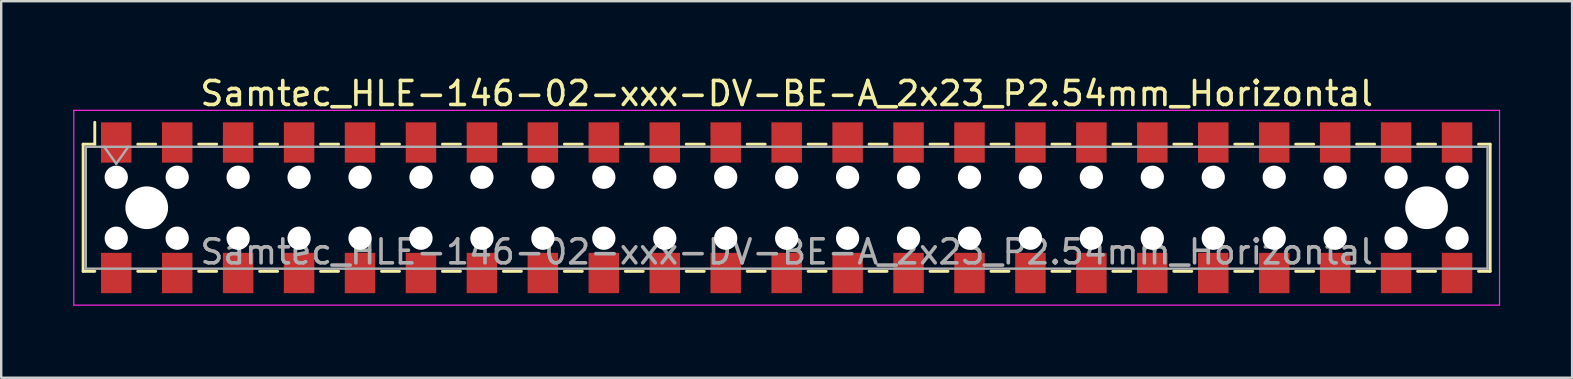
<source format=kicad_pcb>
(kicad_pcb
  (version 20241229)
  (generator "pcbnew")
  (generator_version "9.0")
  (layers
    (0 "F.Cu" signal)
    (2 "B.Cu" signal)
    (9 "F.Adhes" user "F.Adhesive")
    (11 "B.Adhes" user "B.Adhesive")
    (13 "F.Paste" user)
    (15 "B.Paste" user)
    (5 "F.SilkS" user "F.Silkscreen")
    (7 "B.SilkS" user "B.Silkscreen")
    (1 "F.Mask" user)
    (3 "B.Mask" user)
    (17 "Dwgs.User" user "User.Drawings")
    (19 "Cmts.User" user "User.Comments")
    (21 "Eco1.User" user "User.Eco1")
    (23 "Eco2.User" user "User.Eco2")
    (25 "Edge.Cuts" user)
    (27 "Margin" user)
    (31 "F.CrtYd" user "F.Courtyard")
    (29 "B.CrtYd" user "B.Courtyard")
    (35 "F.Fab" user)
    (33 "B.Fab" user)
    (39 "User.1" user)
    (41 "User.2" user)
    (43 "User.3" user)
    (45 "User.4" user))
  (footprint "Samtec_HLE-146-02-xxx-DV-BE-A_2x23_P2.54mm_Horizontal"
    (layer "F.Cu")
    (at 29.735 5.608)
    (property "Reference" "Samtec_HLE-146-02-xxx-DV-BE-A_2x23_P2.54mm_Horizontal" (at 0 -4.76 0) (layer "F.SilkS") (effects (font (size 1 1) (thickness 0.15))))
    (attr smd)
    (fp_line (start -29.32 -2.65) (end -29.32 2.65) (stroke (width 0.12) (type solid)) (layer "F.SilkS"))
    (fp_line (start -29.32 2.65) (end -28.835 2.65) (stroke (width 0.12) (type solid)) (layer "F.SilkS"))
    (fp_line (start -28.835 -3.56) (end -28.835 -2.65) (stroke (width 0.12) (type solid)) (layer "F.SilkS"))
    (fp_line (start -28.835 -2.65) (end -29.32 -2.65) (stroke (width 0.12) (type solid)) (layer "F.SilkS"))
    (fp_line (start -27.045 -2.65) (end -26.295 -2.65) (stroke (width 0.12) (type solid)) (layer "F.SilkS"))
    (fp_line (start -27.045 2.65) (end -26.295 2.65) (stroke (width 0.12) (type solid)) (layer "F.SilkS"))
    (fp_line (start -24.505 -2.65) (end -23.755 -2.65) (stroke (width 0.12) (type solid)) (layer "F.SilkS"))
    (fp_line (start -24.505 2.65) (end -23.755 2.65) (stroke (width 0.12) (type solid)) (layer "F.SilkS"))
    (fp_line (start -21.965 -2.65) (end -21.215 -2.65) (stroke (width 0.12) (type solid)) (layer "F.SilkS"))
    (fp_line (start -21.965 2.65) (end -21.215 2.65) (stroke (width 0.12) (type solid)) (layer "F.SilkS"))
    (fp_line (start -19.425 -2.65) (end -18.675 -2.65) (stroke (width 0.12) (type solid)) (layer "F.SilkS"))
    (fp_line (start -19.425 2.65) (end -18.675 2.65) (stroke (width 0.12) (type solid)) (layer "F.SilkS"))
    (fp_line (start -16.885 -2.65) (end -16.135 -2.65) (stroke (width 0.12) (type solid)) (layer "F.SilkS"))
    (fp_line (start -16.885 2.65) (end -16.135 2.65) (stroke (width 0.12) (type solid)) (layer "F.SilkS"))
    (fp_line (start -14.345 -2.65) (end -13.595 -2.65) (stroke (width 0.12) (type solid)) (layer "F.SilkS"))
    (fp_line (start -14.345 2.65) (end -13.595 2.65) (stroke (width 0.12) (type solid)) (layer "F.SilkS"))
    (fp_line (start -11.805 -2.65) (end -11.055 -2.65) (stroke (width 0.12) (type solid)) (layer "F.SilkS"))
    (fp_line (start -11.805 2.65) (end -11.055 2.65) (stroke (width 0.12) (type solid)) (layer "F.SilkS"))
    (fp_line (start -9.265 -2.65) (end -8.515 -2.65) (stroke (width 0.12) (type solid)) (layer "F.SilkS"))
    (fp_line (start -9.265 2.65) (end -8.515 2.65) (stroke (width 0.12) (type solid)) (layer "F.SilkS"))
    (fp_line (start -6.725 -2.65) (end -5.975 -2.65) (stroke (width 0.12) (type solid)) (layer "F.SilkS"))
    (fp_line (start -6.725 2.65) (end -5.975 2.65) (stroke (width 0.12) (type solid)) (layer "F.SilkS"))
    (fp_line (start -4.185 -2.65) (end -3.435 -2.65) (stroke (width 0.12) (type solid)) (layer "F.SilkS"))
    (fp_line (start -4.185 2.65) (end -3.435 2.65) (stroke (width 0.12) (type solid)) (layer "F.SilkS"))
    (fp_line (start -1.645 -2.65) (end -0.895 -2.65) (stroke (width 0.12) (type solid)) (layer "F.SilkS"))
    (fp_line (start -1.645 2.65) (end -0.895 2.65) (stroke (width 0.12) (type solid)) (layer "F.SilkS"))
    (fp_line (start 0.895 -2.65) (end 1.645 -2.65) (stroke (width 0.12) (type solid)) (layer "F.SilkS"))
    (fp_line (start 0.895 2.65) (end 1.645 2.65) (stroke (width 0.12) (type solid)) (layer "F.SilkS"))
    (fp_line (start 3.435 -2.65) (end 4.185 -2.65) (stroke (width 0.12) (type solid)) (layer "F.SilkS"))
    (fp_line (start 3.435 2.65) (end 4.185 2.65) (stroke (width 0.12) (type solid)) (layer "F.SilkS"))
    (fp_line (start 5.975 -2.65) (end 6.725 -2.65) (stroke (width 0.12) (type solid)) (layer "F.SilkS"))
    (fp_line (start 5.975 2.65) (end 6.725 2.65) (stroke (width 0.12) (type solid)) (layer "F.SilkS"))
    (fp_line (start 8.515 -2.65) (end 9.265 -2.65) (stroke (width 0.12) (type solid)) (layer "F.SilkS"))
    (fp_line (start 8.515 2.65) (end 9.265 2.65) (stroke (width 0.12) (type solid)) (layer "F.SilkS"))
    (fp_line (start 11.055 -2.65) (end 11.805 -2.65) (stroke (width 0.12) (type solid)) (layer "F.SilkS"))
    (fp_line (start 11.055 2.65) (end 11.805 2.65) (stroke (width 0.12) (type solid)) (layer "F.SilkS"))
    (fp_line (start 13.595 -2.65) (end 14.345 -2.65) (stroke (width 0.12) (type solid)) (layer "F.SilkS"))
    (fp_line (start 13.595 2.65) (end 14.345 2.65) (stroke (width 0.12) (type solid)) (layer "F.SilkS"))
    (fp_line (start 16.135 -2.65) (end 16.885 -2.65) (stroke (width 0.12) (type solid)) (layer "F.SilkS"))
    (fp_line (start 16.135 2.65) (end 16.885 2.65) (stroke (width 0.12) (type solid)) (layer "F.SilkS"))
    (fp_line (start 18.675 -2.65) (end 19.425 -2.65) (stroke (width 0.12) (type solid)) (layer "F.SilkS"))
    (fp_line (start 18.675 2.65) (end 19.425 2.65) (stroke (width 0.12) (type solid)) (layer "F.SilkS"))
    (fp_line (start 21.215 -2.65) (end 21.965 -2.65) (stroke (width 0.12) (type solid)) (layer "F.SilkS"))
    (fp_line (start 21.215 2.65) (end 21.965 2.65) (stroke (width 0.12) (type solid)) (layer "F.SilkS"))
    (fp_line (start 23.755 -2.65) (end 24.505 -2.65) (stroke (width 0.12) (type solid)) (layer "F.SilkS"))
    (fp_line (start 23.755 2.65) (end 24.505 2.65) (stroke (width 0.12) (type solid)) (layer "F.SilkS"))
    (fp_line (start 26.295 -2.65) (end 27.045 -2.65) (stroke (width 0.12) (type solid)) (layer "F.SilkS"))
    (fp_line (start 26.295 2.65) (end 27.045 2.65) (stroke (width 0.12) (type solid)) (layer "F.SilkS"))
    (fp_line (start 28.835 -2.65) (end 29.32 -2.65) (stroke (width 0.12) (type solid)) (layer "F.SilkS"))
    (fp_line (start 29.32 -2.65) (end 29.32 2.65) (stroke (width 0.12) (type solid)) (layer "F.SilkS"))
    (fp_line (start 29.32 2.65) (end 28.835 2.65) (stroke (width 0.12) (type solid)) (layer "F.SilkS"))
    (fp_line (start -29.71 -4.06) (end 29.71 -4.06) (stroke (width 0.05) (type solid)) (layer "F.CrtYd"))
    (fp_line (start -29.71 4.06) (end -29.71 -4.06) (stroke (width 0.05) (type solid)) (layer "F.CrtYd"))
    (fp_line (start 29.71 -4.06) (end 29.71 4.06) (stroke (width 0.05) (type solid)) (layer "F.CrtYd"))
    (fp_line (start 29.71 4.06) (end -29.71 4.06) (stroke (width 0.05) (type solid)) (layer "F.CrtYd"))
    (fp_line (start -29.21 -2.54) (end 29.21 -2.54) (stroke (width 0.1) (type solid)) (layer "F.Fab"))
    (fp_line (start -29.21 2.54) (end -29.21 -2.54) (stroke (width 0.1) (type solid)) (layer "F.Fab"))
    (fp_line (start -28.44 -2.54) (end -27.94 -1.833) (stroke (width 0.1) (type solid)) (layer "F.Fab"))
    (fp_line (start -27.94 -1.833) (end -27.44 -2.54) (stroke (width 0.1) (type solid)) (layer "F.Fab"))
    (fp_line (start 29.21 -2.54) (end 29.21 2.54) (stroke (width 0.1) (type solid)) (layer "F.Fab"))
    (fp_line (start 29.21 2.54) (end -29.21 2.54) (stroke (width 0.1) (type solid)) (layer "F.Fab"))
    (fp_text user "${REFERENCE}" (at 0 1.84 0) (layer "F.Fab") (effects (font (size 1 1) (thickness 0.15))))
    (pad "" np_thru_hole circle (at -27.94 -1.27) (size 0.97 0.97) (drill 0.97) (layers "*.Cu" "*.Mask"))
    (pad "" np_thru_hole circle (at -27.94 1.27) (size 0.97 0.97) (drill 0.97) (layers "*.Cu" "*.Mask"))
    (pad "" np_thru_hole circle (at -26.67 0) (size 1.78 1.78) (drill 1.78) (layers "*.Cu" "*.Mask"))
    (pad "" np_thru_hole circle (at -25.4 -1.27) (size 0.97 0.97) (drill 0.97) (layers "*.Cu" "*.Mask"))
    (pad "" np_thru_hole circle (at -25.4 1.27) (size 0.97 0.97) (drill 0.97) (layers "*.Cu" "*.Mask"))
    (pad "" np_thru_hole circle (at -22.86 -1.27) (size 0.97 0.97) (drill 0.97) (layers "*.Cu" "*.Mask"))
    (pad "" np_thru_hole circle (at -22.86 1.27) (size 0.97 0.97) (drill 0.97) (layers "*.Cu" "*.Mask"))
    (pad "" np_thru_hole circle (at -20.32 -1.27) (size 0.97 0.97) (drill 0.97) (layers "*.Cu" "*.Mask"))
    (pad "" np_thru_hole circle (at -20.32 1.27) (size 0.97 0.97) (drill 0.97) (layers "*.Cu" "*.Mask"))
    (pad "" np_thru_hole circle (at -17.78 -1.27) (size 0.97 0.97) (drill 0.97) (layers "*.Cu" "*.Mask"))
    (pad "" np_thru_hole circle (at -17.78 1.27) (size 0.97 0.97) (drill 0.97) (layers "*.Cu" "*.Mask"))
    (pad "" np_thru_hole circle (at -15.24 -1.27) (size 0.97 0.97) (drill 0.97) (layers "*.Cu" "*.Mask"))
    (pad "" np_thru_hole circle (at -15.24 1.27) (size 0.97 0.97) (drill 0.97) (layers "*.Cu" "*.Mask"))
    (pad "" np_thru_hole circle (at -12.7 -1.27) (size 0.97 0.97) (drill 0.97) (layers "*.Cu" "*.Mask"))
    (pad "" np_thru_hole circle (at -12.7 1.27) (size 0.97 0.97) (drill 0.97) (layers "*.Cu" "*.Mask"))
    (pad "" np_thru_hole circle (at -10.16 -1.27) (size 0.97 0.97) (drill 0.97) (layers "*.Cu" "*.Mask"))
    (pad "" np_thru_hole circle (at -10.16 1.27) (size 0.97 0.97) (drill 0.97) (layers "*.Cu" "*.Mask"))
    (pad "" np_thru_hole circle (at -7.62 -1.27) (size 0.97 0.97) (drill 0.97) (layers "*.Cu" "*.Mask"))
    (pad "" np_thru_hole circle (at -7.62 1.27) (size 0.97 0.97) (drill 0.97) (layers "*.Cu" "*.Mask"))
    (pad "" np_thru_hole circle (at -5.08 -1.27) (size 0.97 0.97) (drill 0.97) (layers "*.Cu" "*.Mask"))
    (pad "" np_thru_hole circle (at -5.08 1.27) (size 0.97 0.97) (drill 0.97) (layers "*.Cu" "*.Mask"))
    (pad "" np_thru_hole circle (at -2.54 -1.27) (size 0.97 0.97) (drill 0.97) (layers "*.Cu" "*.Mask"))
    (pad "" np_thru_hole circle (at -2.54 1.27) (size 0.97 0.97) (drill 0.97) (layers "*.Cu" "*.Mask"))
    (pad "" np_thru_hole circle (at 0 -1.27) (size 0.97 0.97) (drill 0.97) (layers "*.Cu" "*.Mask"))
    (pad "" np_thru_hole circle (at 0 1.27) (size 0.97 0.97) (drill 0.97) (layers "*.Cu" "*.Mask"))
    (pad "" np_thru_hole circle (at 2.54 -1.27) (size 0.97 0.97) (drill 0.97) (layers "*.Cu" "*.Mask"))
    (pad "" np_thru_hole circle (at 2.54 1.27) (size 0.97 0.97) (drill 0.97) (layers "*.Cu" "*.Mask"))
    (pad "" np_thru_hole circle (at 5.08 -1.27) (size 0.97 0.97) (drill 0.97) (layers "*.Cu" "*.Mask"))
    (pad "" np_thru_hole circle (at 5.08 1.27) (size 0.97 0.97) (drill 0.97) (layers "*.Cu" "*.Mask"))
    (pad "" np_thru_hole circle (at 7.62 -1.27) (size 0.97 0.97) (drill 0.97) (layers "*.Cu" "*.Mask"))
    (pad "" np_thru_hole circle (at 7.62 1.27) (size 0.97 0.97) (drill 0.97) (layers "*.Cu" "*.Mask"))
    (pad "" np_thru_hole circle (at 10.16 -1.27) (size 0.97 0.97) (drill 0.97) (layers "*.Cu" "*.Mask"))
    (pad "" np_thru_hole circle (at 10.16 1.27) (size 0.97 0.97) (drill 0.97) (layers "*.Cu" "*.Mask"))
    (pad "" np_thru_hole circle (at 12.7 -1.27) (size 0.97 0.97) (drill 0.97) (layers "*.Cu" "*.Mask"))
    (pad "" np_thru_hole circle (at 12.7 1.27) (size 0.97 0.97) (drill 0.97) (layers "*.Cu" "*.Mask"))
    (pad "" np_thru_hole circle (at 15.24 -1.27) (size 0.97 0.97) (drill 0.97) (layers "*.Cu" "*.Mask"))
    (pad "" np_thru_hole circle (at 15.24 1.27) (size 0.97 0.97) (drill 0.97) (layers "*.Cu" "*.Mask"))
    (pad "" np_thru_hole circle (at 17.78 -1.27) (size 0.97 0.97) (drill 0.97) (layers "*.Cu" "*.Mask"))
    (pad "" np_thru_hole circle (at 17.78 1.27) (size 0.97 0.97) (drill 0.97) (layers "*.Cu" "*.Mask"))
    (pad "" np_thru_hole circle (at 20.32 -1.27) (size 0.97 0.97) (drill 0.97) (layers "*.Cu" "*.Mask"))
    (pad "" np_thru_hole circle (at 20.32 1.27) (size 0.97 0.97) (drill 0.97) (layers "*.Cu" "*.Mask"))
    (pad "" np_thru_hole circle (at 22.86 -1.27) (size 0.97 0.97) (drill 0.97) (layers "*.Cu" "*.Mask"))
    (pad "" np_thru_hole circle (at 22.86 1.27) (size 0.97 0.97) (drill 0.97) (layers "*.Cu" "*.Mask"))
    (pad "" np_thru_hole circle (at 25.4 -1.27) (size 0.97 0.97) (drill 0.97) (layers "*.Cu" "*.Mask"))
    (pad "" np_thru_hole circle (at 25.4 1.27) (size 0.97 0.97) (drill 0.97) (layers "*.Cu" "*.Mask"))
    (pad "" np_thru_hole circle (at 26.67 0) (size 1.78 1.78) (drill 1.78) (layers "*.Cu" "*.Mask"))
    (pad "" np_thru_hole circle (at 27.94 -1.27) (size 0.97 0.97) (drill 0.97) (layers "*.Cu" "*.Mask"))
    (pad "" np_thru_hole circle (at 27.94 1.27) (size 0.97 0.97) (drill 0.97) (layers "*.Cu" "*.Mask"))
    (pad "1" smd rect (at -27.94 -2.72) (size 1.27 1.68) (layers "F.Cu" "F.Mask" "F.Paste"))
    (pad "2" smd rect (at -27.94 2.72) (size 1.27 1.68) (layers "F.Cu" "F.Mask" "F.Paste"))
    (pad "3" smd rect (at -25.4 -2.72) (size 1.27 1.68) (layers "F.Cu" "F.Mask" "F.Paste"))
    (pad "4" smd rect (at -25.4 2.72) (size 1.27 1.68) (layers "F.Cu" "F.Mask" "F.Paste"))
    (pad "5" smd rect (at -22.86 -2.72) (size 1.27 1.68) (layers "F.Cu" "F.Mask" "F.Paste"))
    (pad "6" smd rect (at -22.86 2.72) (size 1.27 1.68) (layers "F.Cu" "F.Mask" "F.Paste"))
    (pad "7" smd rect (at -20.32 -2.72) (size 1.27 1.68) (layers "F.Cu" "F.Mask" "F.Paste"))
    (pad "8" smd rect (at -20.32 2.72) (size 1.27 1.68) (layers "F.Cu" "F.Mask" "F.Paste"))
    (pad "9" smd rect (at -17.78 -2.72) (size 1.27 1.68) (layers "F.Cu" "F.Mask" "F.Paste"))
    (pad "10" smd rect (at -17.78 2.72) (size 1.27 1.68) (layers "F.Cu" "F.Mask" "F.Paste"))
    (pad "11" smd rect (at -15.24 -2.72) (size 1.27 1.68) (layers "F.Cu" "F.Mask" "F.Paste"))
    (pad "12" smd rect (at -15.24 2.72) (size 1.27 1.68) (layers "F.Cu" "F.Mask" "F.Paste"))
    (pad "13" smd rect (at -12.7 -2.72) (size 1.27 1.68) (layers "F.Cu" "F.Mask" "F.Paste"))
    (pad "14" smd rect (at -12.7 2.72) (size 1.27 1.68) (layers "F.Cu" "F.Mask" "F.Paste"))
    (pad "15" smd rect (at -10.16 -2.72) (size 1.27 1.68) (layers "F.Cu" "F.Mask" "F.Paste"))
    (pad "16" smd rect (at -10.16 2.72) (size 1.27 1.68) (layers "F.Cu" "F.Mask" "F.Paste"))
    (pad "17" smd rect (at -7.62 -2.72) (size 1.27 1.68) (layers "F.Cu" "F.Mask" "F.Paste"))
    (pad "18" smd rect (at -7.62 2.72) (size 1.27 1.68) (layers "F.Cu" "F.Mask" "F.Paste"))
    (pad "19" smd rect (at -5.08 -2.72) (size 1.27 1.68) (layers "F.Cu" "F.Mask" "F.Paste"))
    (pad "20" smd rect (at -5.08 2.72) (size 1.27 1.68) (layers "F.Cu" "F.Mask" "F.Paste"))
    (pad "21" smd rect (at -2.54 -2.72) (size 1.27 1.68) (layers "F.Cu" "F.Mask" "F.Paste"))
    (pad "22" smd rect (at -2.54 2.72) (size 1.27 1.68) (layers "F.Cu" "F.Mask" "F.Paste"))
    (pad "23" smd rect (at 0 -2.72) (size 1.27 1.68) (layers "F.Cu" "F.Mask" "F.Paste"))
    (pad "24" smd rect (at 0 2.72) (size 1.27 1.68) (layers "F.Cu" "F.Mask" "F.Paste"))
    (pad "25" smd rect (at 2.54 -2.72) (size 1.27 1.68) (layers "F.Cu" "F.Mask" "F.Paste"))
    (pad "26" smd rect (at 2.54 2.72) (size 1.27 1.68) (layers "F.Cu" "F.Mask" "F.Paste"))
    (pad "27" smd rect (at 5.08 -2.72) (size 1.27 1.68) (layers "F.Cu" "F.Mask" "F.Paste"))
    (pad "28" smd rect (at 5.08 2.72) (size 1.27 1.68) (layers "F.Cu" "F.Mask" "F.Paste"))
    (pad "29" smd rect (at 7.62 -2.72) (size 1.27 1.68) (layers "F.Cu" "F.Mask" "F.Paste"))
    (pad "30" smd rect (at 7.62 2.72) (size 1.27 1.68) (layers "F.Cu" "F.Mask" "F.Paste"))
    (pad "31" smd rect (at 10.16 -2.72) (size 1.27 1.68) (layers "F.Cu" "F.Mask" "F.Paste"))
    (pad "32" smd rect (at 10.16 2.72) (size 1.27 1.68) (layers "F.Cu" "F.Mask" "F.Paste"))
    (pad "33" smd rect (at 12.7 -2.72) (size 1.27 1.68) (layers "F.Cu" "F.Mask" "F.Paste"))
    (pad "34" smd rect (at 12.7 2.72) (size 1.27 1.68) (layers "F.Cu" "F.Mask" "F.Paste"))
    (pad "35" smd rect (at 15.24 -2.72) (size 1.27 1.68) (layers "F.Cu" "F.Mask" "F.Paste"))
    (pad "36" smd rect (at 15.24 2.72) (size 1.27 1.68) (layers "F.Cu" "F.Mask" "F.Paste"))
    (pad "37" smd rect (at 17.78 -2.72) (size 1.27 1.68) (layers "F.Cu" "F.Mask" "F.Paste"))
    (pad "38" smd rect (at 17.78 2.72) (size 1.27 1.68) (layers "F.Cu" "F.Mask" "F.Paste"))
    (pad "39" smd rect (at 20.32 -2.72) (size 1.27 1.68) (layers "F.Cu" "F.Mask" "F.Paste"))
    (pad "40" smd rect (at 20.32 2.72) (size 1.27 1.68) (layers "F.Cu" "F.Mask" "F.Paste"))
    (pad "41" smd rect (at 22.86 -2.72) (size 1.27 1.68) (layers "F.Cu" "F.Mask" "F.Paste"))
    (pad "42" smd rect (at 22.86 2.72) (size 1.27 1.68) (layers "F.Cu" "F.Mask" "F.Paste"))
    (pad "43" smd rect (at 25.4 -2.72) (size 1.27 1.68) (layers "F.Cu" "F.Mask" "F.Paste"))
    (pad "44" smd rect (at 25.4 2.72) (size 1.27 1.68) (layers "F.Cu" "F.Mask" "F.Paste"))
    (pad "45" smd rect (at 27.94 -2.72) (size 1.27 1.68) (layers "F.Cu" "F.Mask" "F.Paste"))
    (pad "46" smd rect (at 27.94 2.72) (size 1.27 1.68) (layers "F.Cu" "F.Mask" "F.Paste")))
  (gr_rect
    (start -3 -3)
    (end 62.47 12.693)
    (stroke (width 0.1) (type default))
    (fill no)
    (layer "Edge.Cuts")))
</source>
